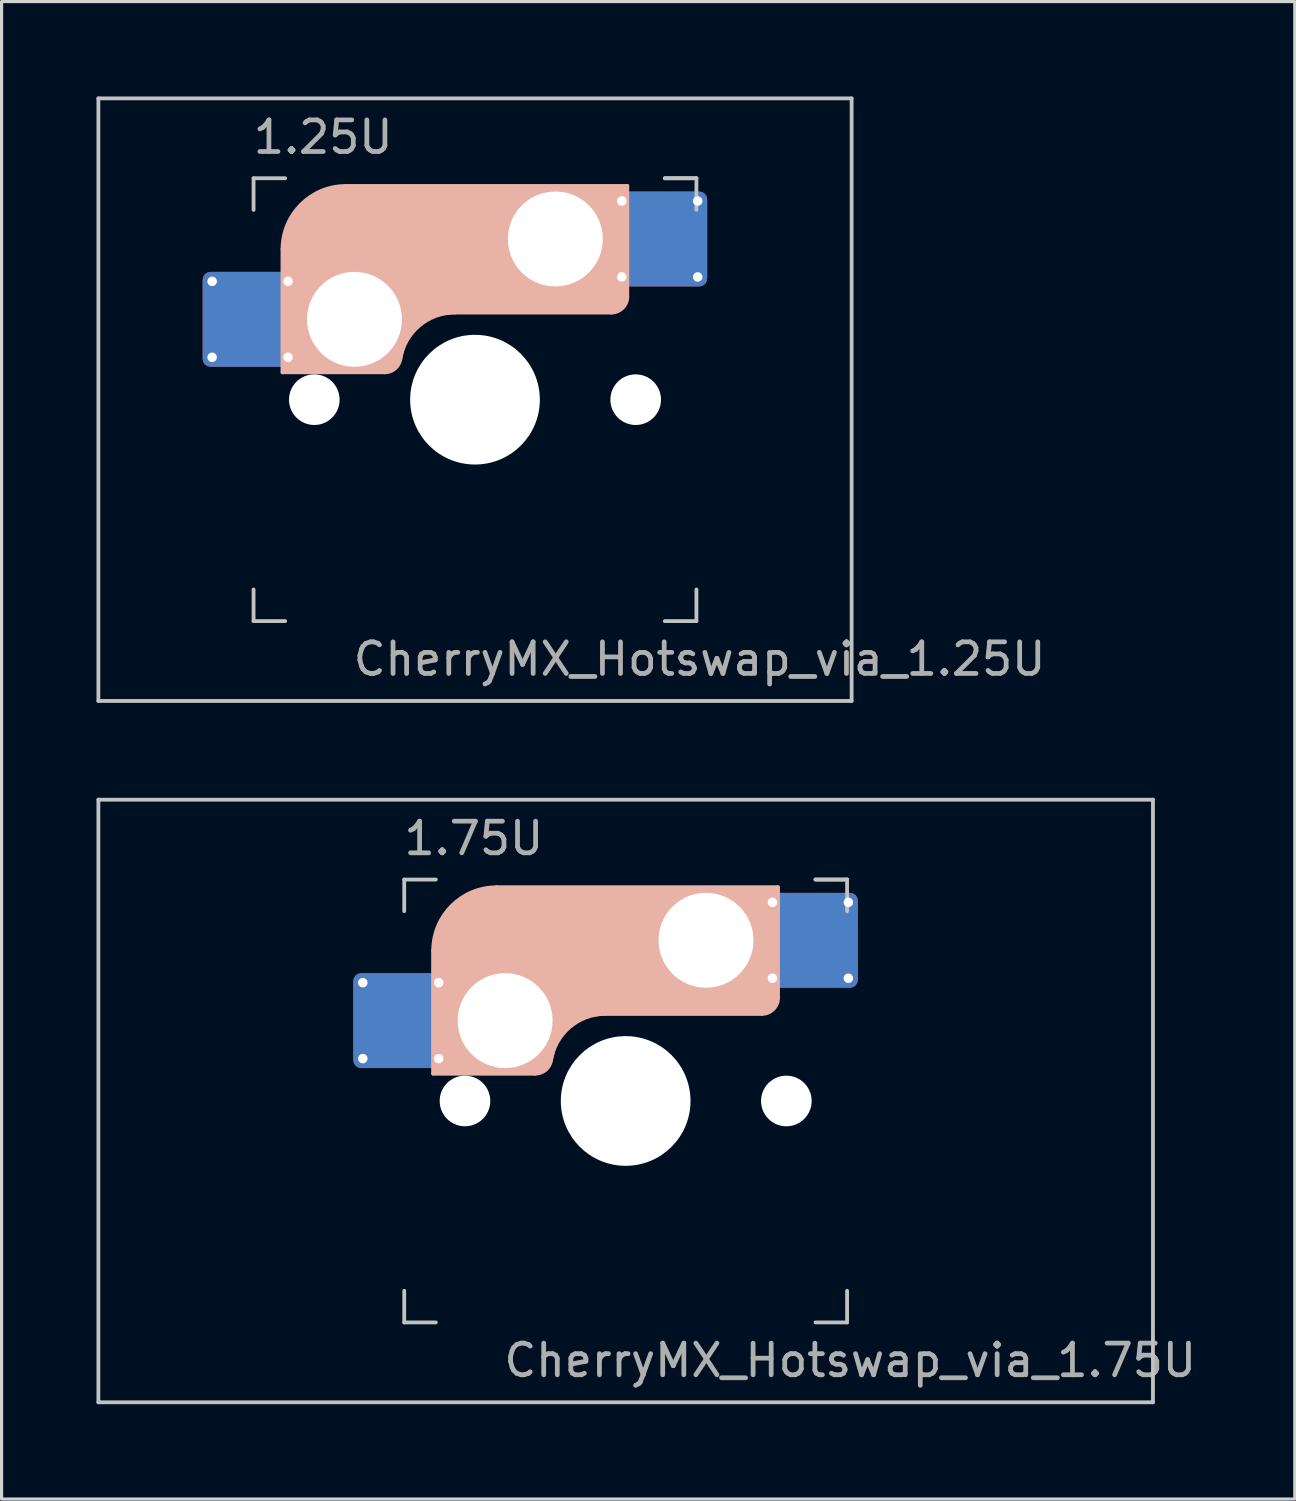
<source format=kicad_pcb>
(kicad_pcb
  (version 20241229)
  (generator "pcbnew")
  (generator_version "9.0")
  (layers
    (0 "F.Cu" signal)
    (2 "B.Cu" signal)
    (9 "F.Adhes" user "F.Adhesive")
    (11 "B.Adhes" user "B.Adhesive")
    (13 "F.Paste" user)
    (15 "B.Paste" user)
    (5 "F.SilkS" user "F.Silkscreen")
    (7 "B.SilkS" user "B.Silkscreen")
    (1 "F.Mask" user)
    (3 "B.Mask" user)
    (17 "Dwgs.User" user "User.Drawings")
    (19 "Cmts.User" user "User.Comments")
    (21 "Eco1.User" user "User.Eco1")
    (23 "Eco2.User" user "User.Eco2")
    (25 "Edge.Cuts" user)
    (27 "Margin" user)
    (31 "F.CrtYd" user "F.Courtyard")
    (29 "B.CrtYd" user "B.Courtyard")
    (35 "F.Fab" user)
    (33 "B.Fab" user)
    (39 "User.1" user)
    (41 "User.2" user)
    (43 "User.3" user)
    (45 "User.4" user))
  (footprint "CherryMX_Hotswap_via_1.25U"
    (layer "F.Cu")
    (at 11.966 9.585)
    (property "Reference" "CherryMX_Hotswap_via_1.25U" (at 7.1 8.2 0) (layer "F.Fab") (effects (font (size 1 1) (thickness 0.15))))
    (attr through_hole)
    (fp_line (start -8.11 -1.74) (end -8.11 -3.34) (stroke (width 0.12) (type solid)) (layer "B.Mask"))
    (fp_line (start -7.91 -3.54) (end -6.31 -3.54) (stroke (width 0.12) (type solid)) (layer "B.Mask"))
    (fp_line (start -6.31 -1.54) (end -7.91 -1.54) (stroke (width 0.12) (type solid)) (layer "B.Mask"))
    (fp_line (start -6.11 -3.34) (end -6.11 -1.74) (stroke (width 0.12) (type solid)) (layer "B.Mask"))
    (fp_line (start 4.84 -5.88) (end 4.84 -4.28) (stroke (width 0.12) (type solid)) (layer "B.Mask"))
    (fp_line (start 5.04 -6.08) (end 6.64 -6.08) (stroke (width 0.12) (type solid)) (layer "B.Mask"))
    (fp_line (start 5.04 -4.08) (end 6.64 -4.08) (stroke (width 0.12) (type solid)) (layer "B.Mask"))
    (fp_line (start 6.84 -4.28) (end 6.84 -5.88) (stroke (width 0.12) (type solid)) (layer "B.Mask"))
    (fp_arc (start -8.11 -3.34) (mid -8.051421 -3.481421) (end -7.91 -3.54) (stroke (width 0.12) (type solid)) (layer "B.Mask"))
    (fp_arc (start -7.91 -1.54) (mid -8.051421 -1.598579) (end -8.11 -1.74) (stroke (width 0.12) (type solid)) (layer "B.Mask"))
    (fp_arc (start -6.31 -3.54) (mid -6.168579 -3.481421) (end -6.11 -3.34) (stroke (width 0.12) (type solid)) (layer "B.Mask"))
    (fp_arc (start -6.11 -1.74) (mid -6.168579 -1.598579) (end -6.31 -1.54) (stroke (width 0.12) (type solid)) (layer "B.Mask"))
    (fp_arc (start 4.84 -5.88) (mid 4.898579 -6.021421) (end 5.04 -6.08) (stroke (width 0.12) (type solid)) (layer "B.Mask"))
    (fp_arc (start 5.04 -4.08) (mid 4.898579 -4.138579) (end 4.84 -4.28) (stroke (width 0.12) (type solid)) (layer "B.Mask"))
    (fp_arc (start 6.64 -6.08) (mid 6.781421 -6.021421) (end 6.84 -5.88) (stroke (width 0.12) (type solid)) (layer "B.Mask"))
    (fp_arc (start 6.84 -4.28) (mid 6.781421 -4.138579) (end 6.64 -4.08) (stroke (width 0.12) (type solid)) (layer "B.Mask"))
    (fp_poly (pts (xy -6.11 -3.34) (xy -6.11 -1.74) (xy -6.31 -1.54) (xy -7.91 -1.54) (xy -8.11 -1.74) (xy -8.11 -3.34) (xy -7.91 -3.54) (xy -6.31 -3.54)) (stroke (width 0.1) (type solid)) (fill yes) (layer "B.Mask"))
    (fp_poly (pts (xy 6.84 -5.88) (xy 6.84 -4.28) (xy 6.64 -4.08) (xy 5.04 -4.08) (xy 4.84 -4.28) (xy 4.84 -5.88) (xy 5.04 -6.08) (xy 6.64 -6.08)) (stroke (width 0.1) (type solid)) (fill yes) (layer "B.Mask"))
    (fp_line (start -6.085 -0.865) (end -6.085 -4.755) (stroke (width 0.12) (type solid)) (layer "B.SilkS"))
    (fp_line (start -4.085 -6.755) (end 4.815 -6.755) (stroke (width 0.12) (type solid)) (layer "B.SilkS"))
    (fp_line (start -2.852 -0.865) (end -6.085 -0.865) (stroke (width 0.12) (type solid)) (layer "B.SilkS"))
    (fp_line (start -0.635 -2.755) (end 4.315 -2.755) (stroke (width 0.12) (type solid)) (layer "B.SilkS"))
    (fp_line (start 4.815 -6.755) (end 4.815 -3.255) (stroke (width 0.12) (type solid)) (layer "B.SilkS"))
    (fp_arc (start -6.085 -4.755) (mid -5.499214 -6.169214) (end -4.085 -6.755) (stroke (width 0.12) (type solid)) (layer "B.SilkS"))
    (fp_arc (start -2.360959 -1.278326) (mid -1.770727 -2.335454) (end -0.635 -2.755) (stroke (width 0.12) (type solid)) (layer "B.SilkS"))
    (fp_arc (start -2.36 -1.278176) (mid -2.53101 -0.981978) (end -2.852404 -0.865) (stroke (width 0.12) (type solid)) (layer "B.SilkS"))
    (fp_arc (start 4.815 -3.255) (mid 4.668553 -2.901447) (end 4.315 -2.755) (stroke (width 0.12) (type solid)) (layer "B.SilkS"))
    (fp_poly (pts (xy 4.815 -3.255) (xy 4.633 -2.937) (xy 4.315 -2.755) (xy -0.635 -2.755) (xy -1.259 -2.696) (xy -1.805 -2.376) (xy -2.207 -1.885) (xy -2.361 -1.278) (xy -2.563 -1.02) (xy -2.852 -0.865) (xy -6.085 -0.865) (xy -6.085 -4.755) (xy -5.887 -5.501) (xy -5.464 -6.134) (xy -4.831 -6.557) (xy -4.085 -6.755) (xy 4.815 -6.755)) (stroke (width 0.1) (type solid)) (fill yes) (layer "B.SilkS"))
    (fp_line (start -8.11 -1.74) (end -8.11 -3.34) (stroke (width 0.12) (type solid)) (layer "B.Paste"))
    (fp_line (start -7.91 -3.54) (end -6.31 -3.54) (stroke (width 0.12) (type solid)) (layer "B.Paste"))
    (fp_line (start -6.31 -1.54) (end -7.91 -1.54) (stroke (width 0.12) (type solid)) (layer "B.Paste"))
    (fp_line (start -6.11 -3.34) (end -6.11 -1.74) (stroke (width 0.12) (type solid)) (layer "B.Paste"))
    (fp_line (start 4.84 -5.88) (end 4.84 -4.28) (stroke (width 0.12) (type solid)) (layer "B.Paste"))
    (fp_line (start 5.04 -6.08) (end 6.64 -6.08) (stroke (width 0.12) (type solid)) (layer "B.Paste"))
    (fp_line (start 5.04 -4.08) (end 6.64 -4.08) (stroke (width 0.12) (type solid)) (layer "B.Paste"))
    (fp_line (start 6.84 -4.28) (end 6.84 -5.88) (stroke (width 0.12) (type solid)) (layer "B.Paste"))
    (fp_arc (start -8.11 -3.34) (mid -8.051421 -3.481421) (end -7.91 -3.54) (stroke (width 0.12) (type solid)) (layer "B.Paste"))
    (fp_arc (start -7.91 -1.54) (mid -8.051421 -1.598579) (end -8.11 -1.74) (stroke (width 0.12) (type solid)) (layer "B.Paste"))
    (fp_arc (start -6.31 -3.54) (mid -6.168579 -3.481421) (end -6.11 -3.34) (stroke (width 0.12) (type solid)) (layer "B.Paste"))
    (fp_arc (start -6.11 -1.74) (mid -6.168579 -1.598579) (end -6.31 -1.54) (stroke (width 0.12) (type solid)) (layer "B.Paste"))
    (fp_arc (start 4.84 -5.88) (mid 4.898579 -6.021421) (end 5.04 -6.08) (stroke (width 0.12) (type solid)) (layer "B.Paste"))
    (fp_arc (start 5.04 -4.08) (mid 4.898579 -4.138579) (end 4.84 -4.28) (stroke (width 0.12) (type solid)) (layer "B.Paste"))
    (fp_arc (start 6.64 -6.08) (mid 6.781421 -6.021421) (end 6.84 -5.88) (stroke (width 0.12) (type solid)) (layer "B.Paste"))
    (fp_arc (start 6.84 -4.28) (mid 6.781421 -4.138579) (end 6.64 -4.08) (stroke (width 0.12) (type solid)) (layer "B.Paste"))
    (fp_poly (pts (xy -6.11 -3.34) (xy -6.11 -1.74) (xy -6.31 -1.54) (xy -7.91 -1.54) (xy -8.11 -1.74) (xy -8.11 -3.34) (xy -7.91 -3.54) (xy -6.31 -3.54)) (stroke (width 0.1) (type solid)) (fill yes) (layer "B.Paste"))
    (fp_poly (pts (xy 6.84 -5.88) (xy 6.84 -4.28) (xy 6.64 -4.08) (xy 5.04 -4.08) (xy 4.84 -4.28) (xy 4.84 -5.88) (xy 5.04 -6.08) (xy 6.64 -6.08)) (stroke (width 0.1) (type solid)) (fill yes) (layer "B.Paste"))
    (fp_line (start -11.906 -9.525) (end 11.906 -9.525) (stroke (width 0.12) (type solid)) (layer "Dwgs.User"))
    (fp_line (start -11.906 9.525) (end -11.906 -9.525) (stroke (width 0.12) (type solid)) (layer "Dwgs.User"))
    (fp_line (start -7 -7) (end -7 -6) (stroke (width 0.12) (type solid)) (layer "Dwgs.User"))
    (fp_line (start -7 -7) (end -6 -7) (stroke (width 0.12) (type solid)) (layer "Dwgs.User"))
    (fp_line (start -7 7) (end -7 6) (stroke (width 0.12) (type solid)) (layer "Dwgs.User"))
    (fp_line (start -7 7) (end -6 7) (stroke (width 0.12) (type solid)) (layer "Dwgs.User"))
    (fp_line (start 6 -7) (end 7 -7) (stroke (width 0.12) (type solid)) (layer "Dwgs.User"))
    (fp_line (start 7 -7) (end 6 -7) (stroke (width 0.12) (type solid)) (layer "Dwgs.User"))
    (fp_line (start 7 -7) (end 7 -6) (stroke (width 0.12) (type solid)) (layer "Dwgs.User"))
    (fp_line (start 7 7) (end 6 7) (stroke (width 0.12) (type solid)) (layer "Dwgs.User"))
    (fp_line (start 7 7) (end 7 6) (stroke (width 0.12) (type solid)) (layer "Dwgs.User"))
    (fp_line (start 11.906 -9.525) (end 11.906 9.525) (stroke (width 0.12) (type solid)) (layer "Dwgs.User"))
    (fp_line (start 11.906 9.525) (end -11.906 9.525) (stroke (width 0.12) (type solid)) (layer "Dwgs.User"))
    (fp_text user "1.25U" (at -4.8 -8.3 0) (layer "F.Fab") (effects (font (size 1 1) (thickness 0.15))))
    (pad "" np_thru_hole circle (at -5.08 0) (size 1.6 1.6) (drill 1.6) (layers "*.Cu" "*.Mask"))
    (pad "" np_thru_hole circle (at -3.81 -2.54) (size 3 3) (drill 3) (layers "*.Cu" "*.Mask"))
    (pad "" np_thru_hole circle (at 0 0) (size 4.1 4.1) (drill 4.1) (layers "*.Cu" "*.Mask"))
    (pad "" np_thru_hole circle (at 2.54 -5.08) (size 3 3) (drill 3) (layers "*.Cu" "*.Mask"))
    (pad "" np_thru_hole circle (at 5.08 0) (size 1.6 1.6) (drill 1.6) (layers "*.Cu" "*.Mask"))
    (pad "1" thru_hole circle (at -8.31 -3.74) (size 0.5 0.5) (drill 0.3) (layers "*.Cu"))
    (pad "1" thru_hole circle (at -8.31 -1.34) (size 0.5 0.5) (drill 0.3) (layers "*.Cu"))
    (pad "1" smd roundrect (at -7.11 -2.54) (size 3 3) (layers "F.Cu") (roundrect_rratio 0.083))
    (pad "1" smd roundrect (at -7.11 -2.54 180) (size 3 3) (layers "B.Cu") (roundrect_rratio 0.083))
    (pad "1" thru_hole circle (at -5.91 -3.74) (size 0.5 0.5) (drill 0.3) (layers "*.Cu"))
    (pad "1" thru_hole circle (at -5.91 -1.34) (size 0.5 0.5) (drill 0.3) (layers "*.Cu"))
    (pad "2" thru_hole circle (at 4.64 -6.28 180) (size 0.5 0.5) (drill 0.3) (layers "*.Cu"))
    (pad "2" thru_hole circle (at 4.64 -3.88 180) (size 0.5 0.5) (drill 0.3) (layers "*.Cu"))
    (pad "2" smd roundrect (at 5.84 -5.08 180) (size 3 3) (layers "F.Cu") (roundrect_rratio 0.083))
    (pad "2" smd roundrect (at 5.84 -5.08 180) (size 3 3) (layers "B.Cu") (roundrect_rratio 0.083))
    (pad "2" thru_hole circle (at 7.04 -6.28 180) (size 0.5 0.5) (drill 0.3) (layers "*.Cu"))
    (pad "2" thru_hole circle (at 7.04 -3.88 180) (size 0.5 0.5) (drill 0.3) (layers "*.Cu")))
  (footprint "CherryMX_Hotswap_via_1.75U"
    (layer "F.Cu")
    (at 16.729 31.755)
    (property "Reference" "CherryMX_Hotswap_via_1.75U" (at 7.1 8.2 0) (layer "F.Fab") (effects (font (size 1 1) (thickness 0.15))))
    (attr through_hole)
    (fp_line (start -8.11 -1.74) (end -8.11 -3.34) (stroke (width 0.12) (type solid)) (layer "B.Mask"))
    (fp_line (start -7.91 -3.54) (end -6.31 -3.54) (stroke (width 0.12) (type solid)) (layer "B.Mask"))
    (fp_line (start -6.31 -1.54) (end -7.91 -1.54) (stroke (width 0.12) (type solid)) (layer "B.Mask"))
    (fp_line (start -6.11 -3.34) (end -6.11 -1.74) (stroke (width 0.12) (type solid)) (layer "B.Mask"))
    (fp_line (start 4.84 -5.88) (end 4.84 -4.28) (stroke (width 0.12) (type solid)) (layer "B.Mask"))
    (fp_line (start 5.04 -6.08) (end 6.64 -6.08) (stroke (width 0.12) (type solid)) (layer "B.Mask"))
    (fp_line (start 5.04 -4.08) (end 6.64 -4.08) (stroke (width 0.12) (type solid)) (layer "B.Mask"))
    (fp_line (start 6.84 -4.28) (end 6.84 -5.88) (stroke (width 0.12) (type solid)) (layer "B.Mask"))
    (fp_arc (start -8.11 -3.34) (mid -8.051421 -3.481421) (end -7.91 -3.54) (stroke (width 0.12) (type solid)) (layer "B.Mask"))
    (fp_arc (start -7.91 -1.54) (mid -8.051421 -1.598579) (end -8.11 -1.74) (stroke (width 0.12) (type solid)) (layer "B.Mask"))
    (fp_arc (start -6.31 -3.54) (mid -6.168579 -3.481421) (end -6.11 -3.34) (stroke (width 0.12) (type solid)) (layer "B.Mask"))
    (fp_arc (start -6.11 -1.74) (mid -6.168579 -1.598579) (end -6.31 -1.54) (stroke (width 0.12) (type solid)) (layer "B.Mask"))
    (fp_arc (start 4.84 -5.88) (mid 4.898579 -6.021421) (end 5.04 -6.08) (stroke (width 0.12) (type solid)) (layer "B.Mask"))
    (fp_arc (start 5.04 -4.08) (mid 4.898579 -4.138579) (end 4.84 -4.28) (stroke (width 0.12) (type solid)) (layer "B.Mask"))
    (fp_arc (start 6.64 -6.08) (mid 6.781421 -6.021421) (end 6.84 -5.88) (stroke (width 0.12) (type solid)) (layer "B.Mask"))
    (fp_arc (start 6.84 -4.28) (mid 6.781421 -4.138579) (end 6.64 -4.08) (stroke (width 0.12) (type solid)) (layer "B.Mask"))
    (fp_poly (pts (xy -6.11 -3.34) (xy -6.11 -1.74) (xy -6.31 -1.54) (xy -7.91 -1.54) (xy -8.11 -1.74) (xy -8.11 -3.34) (xy -7.91 -3.54) (xy -6.31 -3.54)) (stroke (width 0.1) (type solid)) (fill yes) (layer "B.Mask"))
    (fp_poly (pts (xy 6.84 -5.88) (xy 6.84 -4.28) (xy 6.64 -4.08) (xy 5.04 -4.08) (xy 4.84 -4.28) (xy 4.84 -5.88) (xy 5.04 -6.08) (xy 6.64 -6.08)) (stroke (width 0.1) (type solid)) (fill yes) (layer "B.Mask"))
    (fp_line (start -6.085 -0.865) (end -6.085 -4.755) (stroke (width 0.12) (type solid)) (layer "B.SilkS"))
    (fp_line (start -4.085 -6.755) (end 4.815 -6.755) (stroke (width 0.12) (type solid)) (layer "B.SilkS"))
    (fp_line (start -2.852 -0.865) (end -6.085 -0.865) (stroke (width 0.12) (type solid)) (layer "B.SilkS"))
    (fp_line (start -0.635 -2.755) (end 4.315 -2.755) (stroke (width 0.12) (type solid)) (layer "B.SilkS"))
    (fp_line (start 4.815 -6.755) (end 4.815 -3.255) (stroke (width 0.12) (type solid)) (layer "B.SilkS"))
    (fp_arc (start -6.085 -4.755) (mid -5.499214 -6.169214) (end -4.085 -6.755) (stroke (width 0.12) (type solid)) (layer "B.SilkS"))
    (fp_arc (start -2.360959 -1.278326) (mid -1.770727 -2.335454) (end -0.635 -2.755) (stroke (width 0.12) (type solid)) (layer "B.SilkS"))
    (fp_arc (start -2.36 -1.278176) (mid -2.53101 -0.981978) (end -2.852404 -0.865) (stroke (width 0.12) (type solid)) (layer "B.SilkS"))
    (fp_arc (start 4.815 -3.255) (mid 4.668553 -2.901447) (end 4.315 -2.755) (stroke (width 0.12) (type solid)) (layer "B.SilkS"))
    (fp_poly (pts (xy 4.815 -3.255) (xy 4.633 -2.937) (xy 4.315 -2.755) (xy -0.635 -2.755) (xy -1.259 -2.696) (xy -1.805 -2.376) (xy -2.207 -1.885) (xy -2.361 -1.278) (xy -2.563 -1.02) (xy -2.852 -0.865) (xy -6.085 -0.865) (xy -6.085 -4.755) (xy -5.887 -5.501) (xy -5.464 -6.134) (xy -4.831 -6.557) (xy -4.085 -6.755) (xy 4.815 -6.755)) (stroke (width 0.1) (type solid)) (fill yes) (layer "B.SilkS"))
    (fp_line (start -8.11 -1.74) (end -8.11 -3.34) (stroke (width 0.12) (type solid)) (layer "B.Paste"))
    (fp_line (start -7.91 -3.54) (end -6.31 -3.54) (stroke (width 0.12) (type solid)) (layer "B.Paste"))
    (fp_line (start -6.31 -1.54) (end -7.91 -1.54) (stroke (width 0.12) (type solid)) (layer "B.Paste"))
    (fp_line (start -6.11 -3.34) (end -6.11 -1.74) (stroke (width 0.12) (type solid)) (layer "B.Paste"))
    (fp_line (start 4.84 -5.88) (end 4.84 -4.28) (stroke (width 0.12) (type solid)) (layer "B.Paste"))
    (fp_line (start 5.04 -6.08) (end 6.64 -6.08) (stroke (width 0.12) (type solid)) (layer "B.Paste"))
    (fp_line (start 5.04 -4.08) (end 6.64 -4.08) (stroke (width 0.12) (type solid)) (layer "B.Paste"))
    (fp_line (start 6.84 -4.28) (end 6.84 -5.88) (stroke (width 0.12) (type solid)) (layer "B.Paste"))
    (fp_arc (start -8.11 -3.34) (mid -8.051421 -3.481421) (end -7.91 -3.54) (stroke (width 0.12) (type solid)) (layer "B.Paste"))
    (fp_arc (start -7.91 -1.54) (mid -8.051421 -1.598579) (end -8.11 -1.74) (stroke (width 0.12) (type solid)) (layer "B.Paste"))
    (fp_arc (start -6.31 -3.54) (mid -6.168579 -3.481421) (end -6.11 -3.34) (stroke (width 0.12) (type solid)) (layer "B.Paste"))
    (fp_arc (start -6.11 -1.74) (mid -6.168579 -1.598579) (end -6.31 -1.54) (stroke (width 0.12) (type solid)) (layer "B.Paste"))
    (fp_arc (start 4.84 -5.88) (mid 4.898579 -6.021421) (end 5.04 -6.08) (stroke (width 0.12) (type solid)) (layer "B.Paste"))
    (fp_arc (start 5.04 -4.08) (mid 4.898579 -4.138579) (end 4.84 -4.28) (stroke (width 0.12) (type solid)) (layer "B.Paste"))
    (fp_arc (start 6.64 -6.08) (mid 6.781421 -6.021421) (end 6.84 -5.88) (stroke (width 0.12) (type solid)) (layer "B.Paste"))
    (fp_arc (start 6.84 -4.28) (mid 6.781421 -4.138579) (end 6.64 -4.08) (stroke (width 0.12) (type solid)) (layer "B.Paste"))
    (fp_poly (pts (xy -6.11 -3.34) (xy -6.11 -1.74) (xy -6.31 -1.54) (xy -7.91 -1.54) (xy -8.11 -1.74) (xy -8.11 -3.34) (xy -7.91 -3.54) (xy -6.31 -3.54)) (stroke (width 0.1) (type solid)) (fill yes) (layer "B.Paste"))
    (fp_poly (pts (xy 6.84 -5.88) (xy 6.84 -4.28) (xy 6.64 -4.08) (xy 5.04 -4.08) (xy 4.84 -4.28) (xy 4.84 -5.88) (xy 5.04 -6.08) (xy 6.64 -6.08)) (stroke (width 0.1) (type solid)) (fill yes) (layer "B.Paste"))
    (fp_line (start -16.669 -9.525) (end 16.669 -9.525) (stroke (width 0.12) (type solid)) (layer "Dwgs.User"))
    (fp_line (start -16.669 9.525) (end -16.669 -9.525) (stroke (width 0.12) (type solid)) (layer "Dwgs.User"))
    (fp_line (start -7 -7) (end -7 -6) (stroke (width 0.12) (type solid)) (layer "Dwgs.User"))
    (fp_line (start -7 -7) (end -6 -7) (stroke (width 0.12) (type solid)) (layer "Dwgs.User"))
    (fp_line (start -7 7) (end -7 6) (stroke (width 0.12) (type solid)) (layer "Dwgs.User"))
    (fp_line (start -7 7) (end -6 7) (stroke (width 0.12) (type solid)) (layer "Dwgs.User"))
    (fp_line (start 6 -7) (end 7 -7) (stroke (width 0.12) (type solid)) (layer "Dwgs.User"))
    (fp_line (start 7 -7) (end 6 -7) (stroke (width 0.12) (type solid)) (layer "Dwgs.User"))
    (fp_line (start 7 -7) (end 7 -6) (stroke (width 0.12) (type solid)) (layer "Dwgs.User"))
    (fp_line (start 7 7) (end 6 7) (stroke (width 0.12) (type solid)) (layer "Dwgs.User"))
    (fp_line (start 7 7) (end 7 6) (stroke (width 0.12) (type solid)) (layer "Dwgs.User"))
    (fp_line (start 16.669 -9.525) (end 16.669 9.525) (stroke (width 0.12) (type solid)) (layer "Dwgs.User"))
    (fp_line (start 16.669 9.525) (end -16.669 9.525) (stroke (width 0.12) (type solid)) (layer "Dwgs.User"))
    (fp_text user "1.75U" (at -4.8 -8.3 0) (layer "F.Fab") (effects (font (size 1 1) (thickness 0.15))))
    (pad "" np_thru_hole circle (at -5.08 0) (size 1.6 1.6) (drill 1.6) (layers "*.Cu" "*.Mask"))
    (pad "" np_thru_hole circle (at -3.81 -2.54) (size 3 3) (drill 3) (layers "*.Cu" "*.Mask"))
    (pad "" np_thru_hole circle (at 0 0) (size 4.1 4.1) (drill 4.1) (layers "*.Cu" "*.Mask"))
    (pad "" np_thru_hole circle (at 2.54 -5.08) (size 3 3) (drill 3) (layers "*.Cu" "*.Mask"))
    (pad "" np_thru_hole circle (at 5.08 0) (size 1.6 1.6) (drill 1.6) (layers "*.Cu" "*.Mask"))
    (pad "1" thru_hole circle (at -8.31 -3.74) (size 0.5 0.5) (drill 0.3) (layers "*.Cu"))
    (pad "1" thru_hole circle (at -8.31 -1.34) (size 0.5 0.5) (drill 0.3) (layers "*.Cu"))
    (pad "1" smd roundrect (at -7.11 -2.54) (size 3 3) (layers "F.Cu") (roundrect_rratio 0.083))
    (pad "1" smd roundrect (at -7.11 -2.54 180) (size 3 3) (layers "B.Cu") (roundrect_rratio 0.083))
    (pad "1" thru_hole circle (at -5.91 -3.74) (size 0.5 0.5) (drill 0.3) (layers "*.Cu"))
    (pad "1" thru_hole circle (at -5.91 -1.34) (size 0.5 0.5) (drill 0.3) (layers "*.Cu"))
    (pad "2" thru_hole circle (at 4.64 -6.28 180) (size 0.5 0.5) (drill 0.3) (layers "*.Cu"))
    (pad "2" thru_hole circle (at 4.64 -3.88 180) (size 0.5 0.5) (drill 0.3) (layers "*.Cu"))
    (pad "2" smd roundrect (at 5.84 -5.08 180) (size 3 3) (layers "F.Cu") (roundrect_rratio 0.083))
    (pad "2" smd roundrect (at 5.84 -5.08 180) (size 3 3) (layers "B.Cu") (roundrect_rratio 0.083))
    (pad "2" thru_hole circle (at 7.04 -6.28 180) (size 0.5 0.5) (drill 0.3) (layers "*.Cu"))
    (pad "2" thru_hole circle (at 7.04 -3.88 180) (size 0.5 0.5) (drill 0.3) (layers "*.Cu")))
  (gr_rect
    (start -3 -3)
    (end 37.882 44.34)
    (stroke (width 0.1) (type default))
    (fill no)
    (layer "Edge.Cuts")))
</source>
